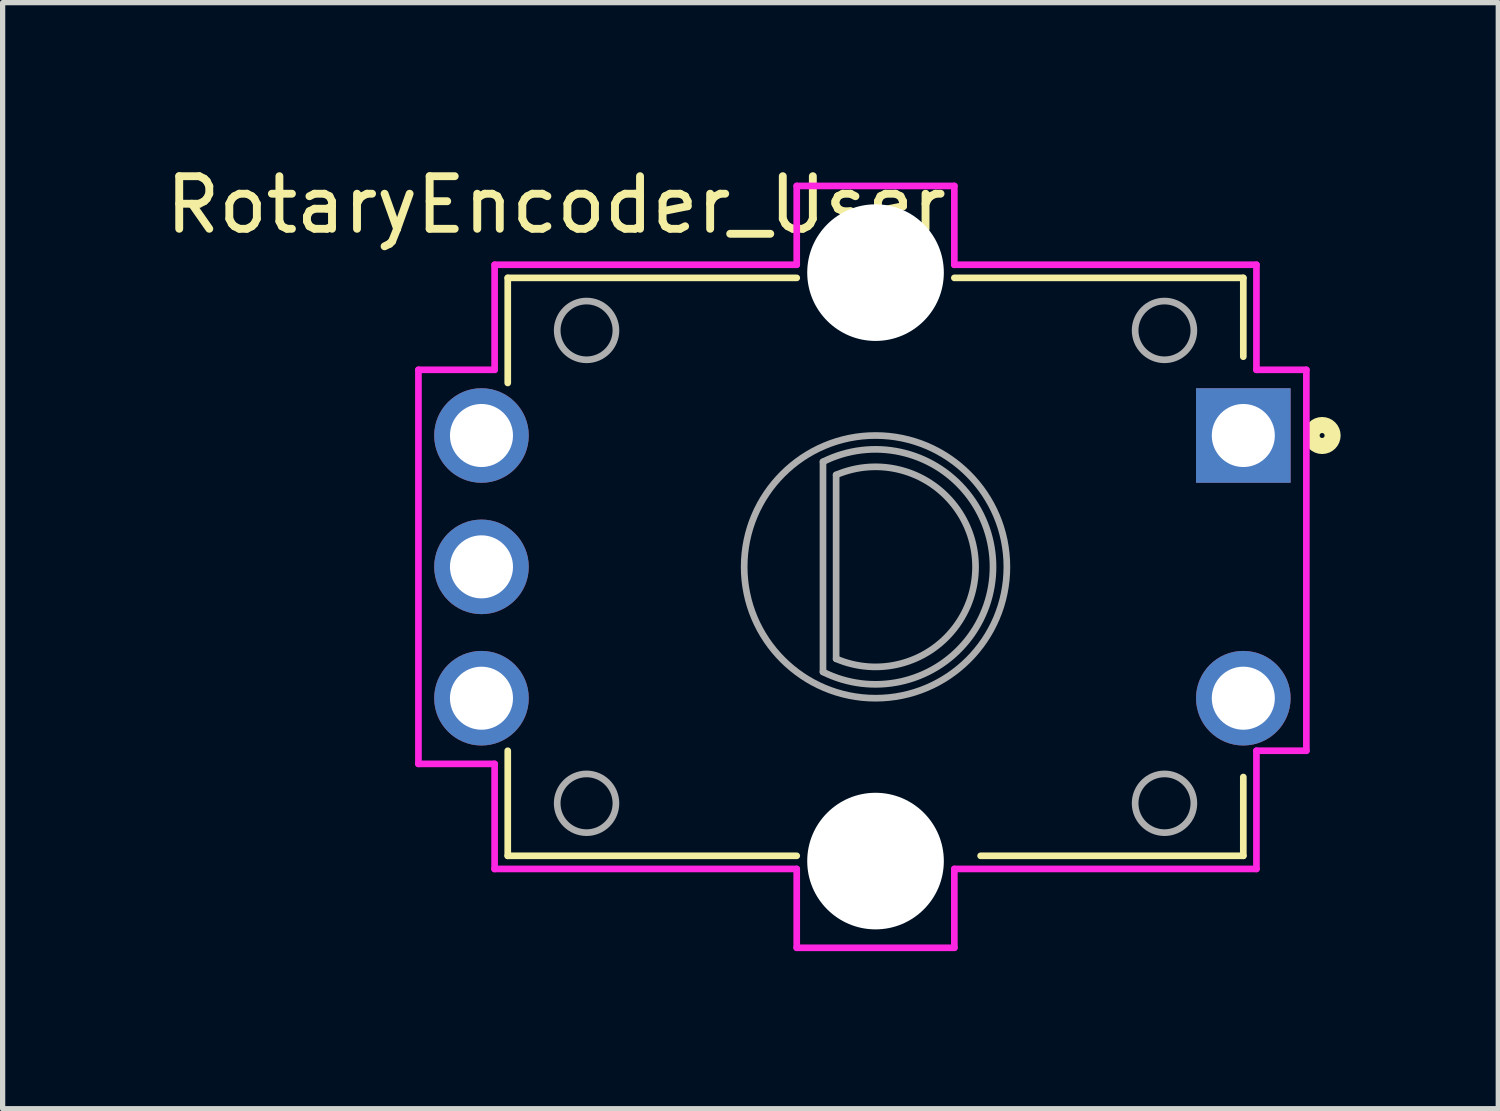
<source format=kicad_pcb>
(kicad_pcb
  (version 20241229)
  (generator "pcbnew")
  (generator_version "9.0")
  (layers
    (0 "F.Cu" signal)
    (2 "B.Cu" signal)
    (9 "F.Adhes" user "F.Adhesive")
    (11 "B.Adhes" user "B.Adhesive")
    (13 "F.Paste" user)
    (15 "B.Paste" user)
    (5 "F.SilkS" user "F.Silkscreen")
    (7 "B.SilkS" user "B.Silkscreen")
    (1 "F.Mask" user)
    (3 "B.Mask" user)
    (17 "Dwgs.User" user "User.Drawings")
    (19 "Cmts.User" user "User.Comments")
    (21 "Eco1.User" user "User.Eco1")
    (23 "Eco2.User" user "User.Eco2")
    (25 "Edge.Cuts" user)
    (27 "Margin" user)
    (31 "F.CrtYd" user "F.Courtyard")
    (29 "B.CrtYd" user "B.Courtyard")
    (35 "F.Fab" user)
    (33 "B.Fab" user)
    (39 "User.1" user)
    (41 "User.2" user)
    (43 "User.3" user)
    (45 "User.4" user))
  (footprint "RotaryEncoder_User"
    (layer "F.Cu")
    (at 13.614 7.739)
    (property "Reference" "RotaryEncoder_User" (at -6.079 -6.89 0) (layer "F.SilkS") (effects (font (size 1.001 1.001) (thickness 0.15))))
    (attr through_hole)
    (fp_line (start -7 -5.5) (end -7 -3.5) (stroke (width 0.127) (type solid)) (layer "F.SilkS"))
    (fp_line (start -7 5.5) (end -7 3.5) (stroke (width 0.127) (type solid)) (layer "F.SilkS"))
    (fp_line (start -1.5 -5.5) (end -7 -5.5) (stroke (width 0.127) (type solid)) (layer "F.SilkS"))
    (fp_line (start -1.5 5.5) (end -7 5.5) (stroke (width 0.127) (type solid)) (layer "F.SilkS"))
    (fp_line (start 7 -5.5) (end 1.5 -5.5) (stroke (width 0.127) (type solid)) (layer "F.SilkS"))
    (fp_line (start 7 -4) (end 7 -5.5) (stroke (width 0.127) (type solid)) (layer "F.SilkS"))
    (fp_line (start 7 4) (end 7 5.5) (stroke (width 0.127) (type solid)) (layer "F.SilkS"))
    (fp_line (start 7 5.5) (end 2 5.5) (stroke (width 0.127) (type solid)) (layer "F.SilkS"))
    (fp_circle (center 8.5 -2.5) (end 8.7 -2.5) (stroke (width 0.305) (type solid)) (fill no) (layer "F.SilkS"))
    (fp_line (start -8.7 -3.75) (end -8.7 3.75) (stroke (width 0.127) (type solid)) (layer "F.CrtYd"))
    (fp_line (start -8.7 3.75) (end -7.25 3.75) (stroke (width 0.127) (type solid)) (layer "F.CrtYd"))
    (fp_line (start -7.25 -5.75) (end -7.25 -3.75) (stroke (width 0.127) (type solid)) (layer "F.CrtYd"))
    (fp_line (start -7.25 -3.75) (end -8.7 -3.75) (stroke (width 0.127) (type solid)) (layer "F.CrtYd"))
    (fp_line (start -7.25 3.75) (end -7.25 5.75) (stroke (width 0.127) (type solid)) (layer "F.CrtYd"))
    (fp_line (start -7.25 5.75) (end -1.5 5.75) (stroke (width 0.127) (type solid)) (layer "F.CrtYd"))
    (fp_line (start -1.5 -7.25) (end -1.5 -5.75) (stroke (width 0.127) (type solid)) (layer "F.CrtYd"))
    (fp_line (start -1.5 -5.75) (end -7.25 -5.75) (stroke (width 0.127) (type solid)) (layer "F.CrtYd"))
    (fp_line (start -1.5 5.75) (end -1.5 7.25) (stroke (width 0.127) (type solid)) (layer "F.CrtYd"))
    (fp_line (start -1.5 7.25) (end 1.5 7.25) (stroke (width 0.127) (type solid)) (layer "F.CrtYd"))
    (fp_line (start 1.5 -7.25) (end -1.5 -7.25) (stroke (width 0.127) (type solid)) (layer "F.CrtYd"))
    (fp_line (start 1.5 -5.75) (end 1.5 -7.25) (stroke (width 0.127) (type solid)) (layer "F.CrtYd"))
    (fp_line (start 1.5 5.75) (end 7.25 5.75) (stroke (width 0.127) (type solid)) (layer "F.CrtYd"))
    (fp_line (start 1.5 7.25) (end 1.5 5.75) (stroke (width 0.127) (type solid)) (layer "F.CrtYd"))
    (fp_line (start 7.25 -5.75) (end 1.5 -5.75) (stroke (width 0.127) (type solid)) (layer "F.CrtYd"))
    (fp_line (start 7.25 -3.75) (end 7.25 -5.75) (stroke (width 0.127) (type solid)) (layer "F.CrtYd"))
    (fp_line (start 7.25 3.5) (end 8.2 3.5) (stroke (width 0.127) (type solid)) (layer "F.CrtYd"))
    (fp_line (start 7.25 5.75) (end 7.25 3.5) (stroke (width 0.127) (type solid)) (layer "F.CrtYd"))
    (fp_line (start 8.2 -3.75) (end 7.25 -3.75) (stroke (width 0.127) (type solid)) (layer "F.CrtYd"))
    (fp_line (start 8.2 3.5) (end 8.2 -3.75) (stroke (width 0.127) (type solid)) (layer "F.CrtYd"))
    (fp_line (start -1 -2) (end -1 2) (stroke (width 0.127) (type solid)) (layer "F.Fab"))
    (fp_line (start -0.75 -1.75) (end -0.75 1.75) (stroke (width 0.127) (type solid)) (layer "F.Fab"))
    (fp_arc (start -1 -2) (mid 2.236065 0) (end -1 2) (stroke (width 0.127) (type solid)) (layer "F.Fab"))
    (fp_arc (start -0.75 -1.75) (mid 1.903939 0) (end -0.75 1.75) (stroke (width 0.127) (type solid)) (layer "F.Fab"))
    (fp_circle (center -5.5 -4.5) (end -4.941 -4.5) (stroke (width 0.127) (type solid)) (fill no) (layer "F.Fab"))
    (fp_circle (center -5.5 4.5) (end -4.941 4.5) (stroke (width 0.127) (type solid)) (fill no) (layer "F.Fab"))
    (fp_circle (center 0 0) (end 2.5 0) (stroke (width 0.127) (type solid)) (fill no) (layer "F.Fab"))
    (fp_circle (center 5.5 -4.5) (end 6.059 -4.5) (stroke (width 0.127) (type solid)) (fill no) (layer "F.Fab"))
    (fp_circle (center 5.5 4.5) (end 6.059 4.5) (stroke (width 0.127) (type solid)) (fill no) (layer "F.Fab"))
    (pad "" np_thru_hole circle (at 0 -5.6) (size 2.6 2.6) (drill 2.6) (layers "*.Cu" "*.Mask"))
    (pad "" np_thru_hole circle (at 0 5.6) (size 2.6 2.6) (drill 2.6) (layers "*.Cu" "*.Mask"))
    (pad "1" thru_hole rect (at 7 -2.5) (size 1.8 1.8) (drill 1.2) (layers "*.Cu" "*.Mask"))
    (pad "2" thru_hole circle (at 7 2.5) (size 1.8 1.8) (drill 1.2) (layers "*.Cu" "*.Mask"))
    (pad "A" thru_hole circle (at -7.5 -2.5) (size 1.8 1.8) (drill 1.2) (layers "*.Cu" "*.Mask"))
    (pad "B" thru_hole circle (at -7.5 2.5) (size 1.8 1.8) (drill 1.2) (layers "*.Cu" "*.Mask"))
    (pad "C" thru_hole circle (at -7.5 0) (size 1.8 1.8) (drill 1.2) (layers "*.Cu" "*.Mask")))
  (gr_rect
    (start -3 -3)
    (end 25.467 18.052)
    (stroke (width 0.1) (type default))
    (fill no)
    (layer "Edge.Cuts")))
</source>
